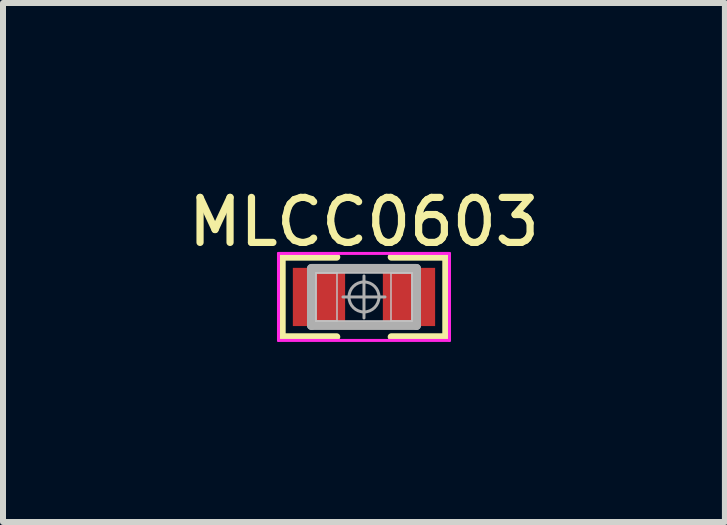
<source format=kicad_pcb>
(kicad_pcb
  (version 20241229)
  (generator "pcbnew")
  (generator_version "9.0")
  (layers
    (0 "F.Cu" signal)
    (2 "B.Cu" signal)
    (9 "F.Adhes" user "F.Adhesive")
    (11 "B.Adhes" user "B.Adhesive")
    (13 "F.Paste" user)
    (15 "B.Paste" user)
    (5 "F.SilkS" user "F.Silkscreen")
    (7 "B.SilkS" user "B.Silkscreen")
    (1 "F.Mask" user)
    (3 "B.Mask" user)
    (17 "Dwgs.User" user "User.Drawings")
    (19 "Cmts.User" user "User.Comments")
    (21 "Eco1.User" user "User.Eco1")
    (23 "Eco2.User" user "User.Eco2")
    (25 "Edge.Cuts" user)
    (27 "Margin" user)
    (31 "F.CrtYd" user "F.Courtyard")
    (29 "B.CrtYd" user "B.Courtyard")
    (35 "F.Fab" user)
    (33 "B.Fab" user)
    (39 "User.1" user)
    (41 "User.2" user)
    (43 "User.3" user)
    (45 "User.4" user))
  (footprint "MLCC0603"
    (layer "F.Cu")
    (at 3.016 1.899)
    (property "Reference" "MLCC0603" (at 0 -1.25 0) (layer "F.SilkS") (effects (font (size 0.75 0.75) (thickness 0.12))))
    (attr smd)
    (fp_line (start -1.365 -0.665) (end -0.455 -0.665) (stroke (width 0.12) (type solid)) (layer "F.SilkS"))
    (fp_line (start -1.365 0.665) (end -1.365 -0.665) (stroke (width 0.12) (type solid)) (layer "F.SilkS"))
    (fp_line (start -0.455 0.665) (end -1.365 0.665) (stroke (width 0.12) (type solid)) (layer "F.SilkS"))
    (fp_line (start 0.455 0.665) (end 1.365 0.665) (stroke (width 0.12) (type solid)) (layer "F.SilkS"))
    (fp_line (start 1.365 -0.665) (end 0.455 -0.665) (stroke (width 0.12) (type solid)) (layer "F.SilkS"))
    (fp_line (start 1.365 0.665) (end 1.365 -0.665) (stroke (width 0.12) (type solid)) (layer "F.SilkS"))
    (fp_line (start -0.8 -0.4) (end -0.45 -0.4) (stroke (width 0.025) (type solid)) (layer "Dwgs.User"))
    (fp_line (start -0.8 -0.4) (end 0.8 -0.4) (stroke (width 0.025) (type solid)) (layer "Dwgs.User"))
    (fp_line (start -0.8 0.4) (end -0.8 -0.4) (stroke (width 0.025) (type solid)) (layer "Dwgs.User"))
    (fp_line (start -0.8 0.4) (end -0.8 -0.4) (stroke (width 0.025) (type solid)) (layer "Dwgs.User"))
    (fp_line (start -0.45 -0.4) (end -0.45 0.4) (stroke (width 0.025) (type solid)) (layer "Dwgs.User"))
    (fp_line (start -0.45 0.4) (end -0.8 0.4) (stroke (width 0.025) (type solid)) (layer "Dwgs.User"))
    (fp_line (start 0.45 -0.4) (end 0.8 -0.4) (stroke (width 0.025) (type solid)) (layer "Dwgs.User"))
    (fp_line (start 0.45 0.4) (end 0.45 -0.4) (stroke (width 0.025) (type solid)) (layer "Dwgs.User"))
    (fp_line (start 0.8 -0.4) (end 0.8 0.4) (stroke (width 0.025) (type solid)) (layer "Dwgs.User"))
    (fp_line (start 0.8 -0.4) (end 0.8 0.4) (stroke (width 0.025) (type solid)) (layer "Dwgs.User"))
    (fp_line (start 0.8 0.4) (end -0.8 0.4) (stroke (width 0.025) (type solid)) (layer "Dwgs.User"))
    (fp_line (start 0.8 0.4) (end 0.45 0.4) (stroke (width 0.025) (type solid)) (layer "Dwgs.User"))
    (fp_line (start -1.425 -0.725) (end 1.425 -0.725) (stroke (width 0.05) (type solid)) (layer "F.CrtYd"))
    (fp_line (start -1.425 0.725) (end -1.425 -0.725) (stroke (width 0.05) (type solid)) (layer "F.CrtYd"))
    (fp_line (start 1.425 -0.725) (end 1.425 0.725) (stroke (width 0.05) (type solid)) (layer "F.CrtYd"))
    (fp_line (start 1.425 0.725) (end -1.425 0.725) (stroke (width 0.05) (type solid)) (layer "F.CrtYd"))
    (fp_line (start -0.875 -0.475) (end 0.875 -0.475) (stroke (width 0.15) (type solid)) (layer "F.Fab"))
    (fp_line (start -0.875 0.475) (end -0.875 -0.475) (stroke (width 0.15) (type solid)) (layer "F.Fab"))
    (fp_line (start 0 -0.35) (end 0 0.35) (stroke (width 0.05) (type solid)) (layer "F.Fab"))
    (fp_line (start 0.35 0) (end -0.35 0) (stroke (width 0.05) (type solid)) (layer "F.Fab"))
    (fp_line (start 0.875 -0.475) (end 0.875 0.475) (stroke (width 0.15) (type solid)) (layer "F.Fab"))
    (fp_line (start 0.875 0.475) (end -0.875 0.475) (stroke (width 0.15) (type solid)) (layer "F.Fab"))
    (fp_circle (center 0 0) (end 0.25 0) (stroke (width 0.05) (type solid)) (fill no) (layer "F.Fab"))
    (pad "1" smd rect (at -0.75 0) (size 0.871 0.97) (layers "F.Cu" "F.Mask" "F.Paste"))
    (pad "2" smd rect (at 0.75 0) (size 0.871 0.97) (layers "F.Cu" "F.Mask" "F.Paste")))
  (gr_rect
    (start -3 -3)
    (end 9.031 5.649)
    (stroke (width 0.1) (type default))
    (fill no)
    (layer "Edge.Cuts")))
</source>
